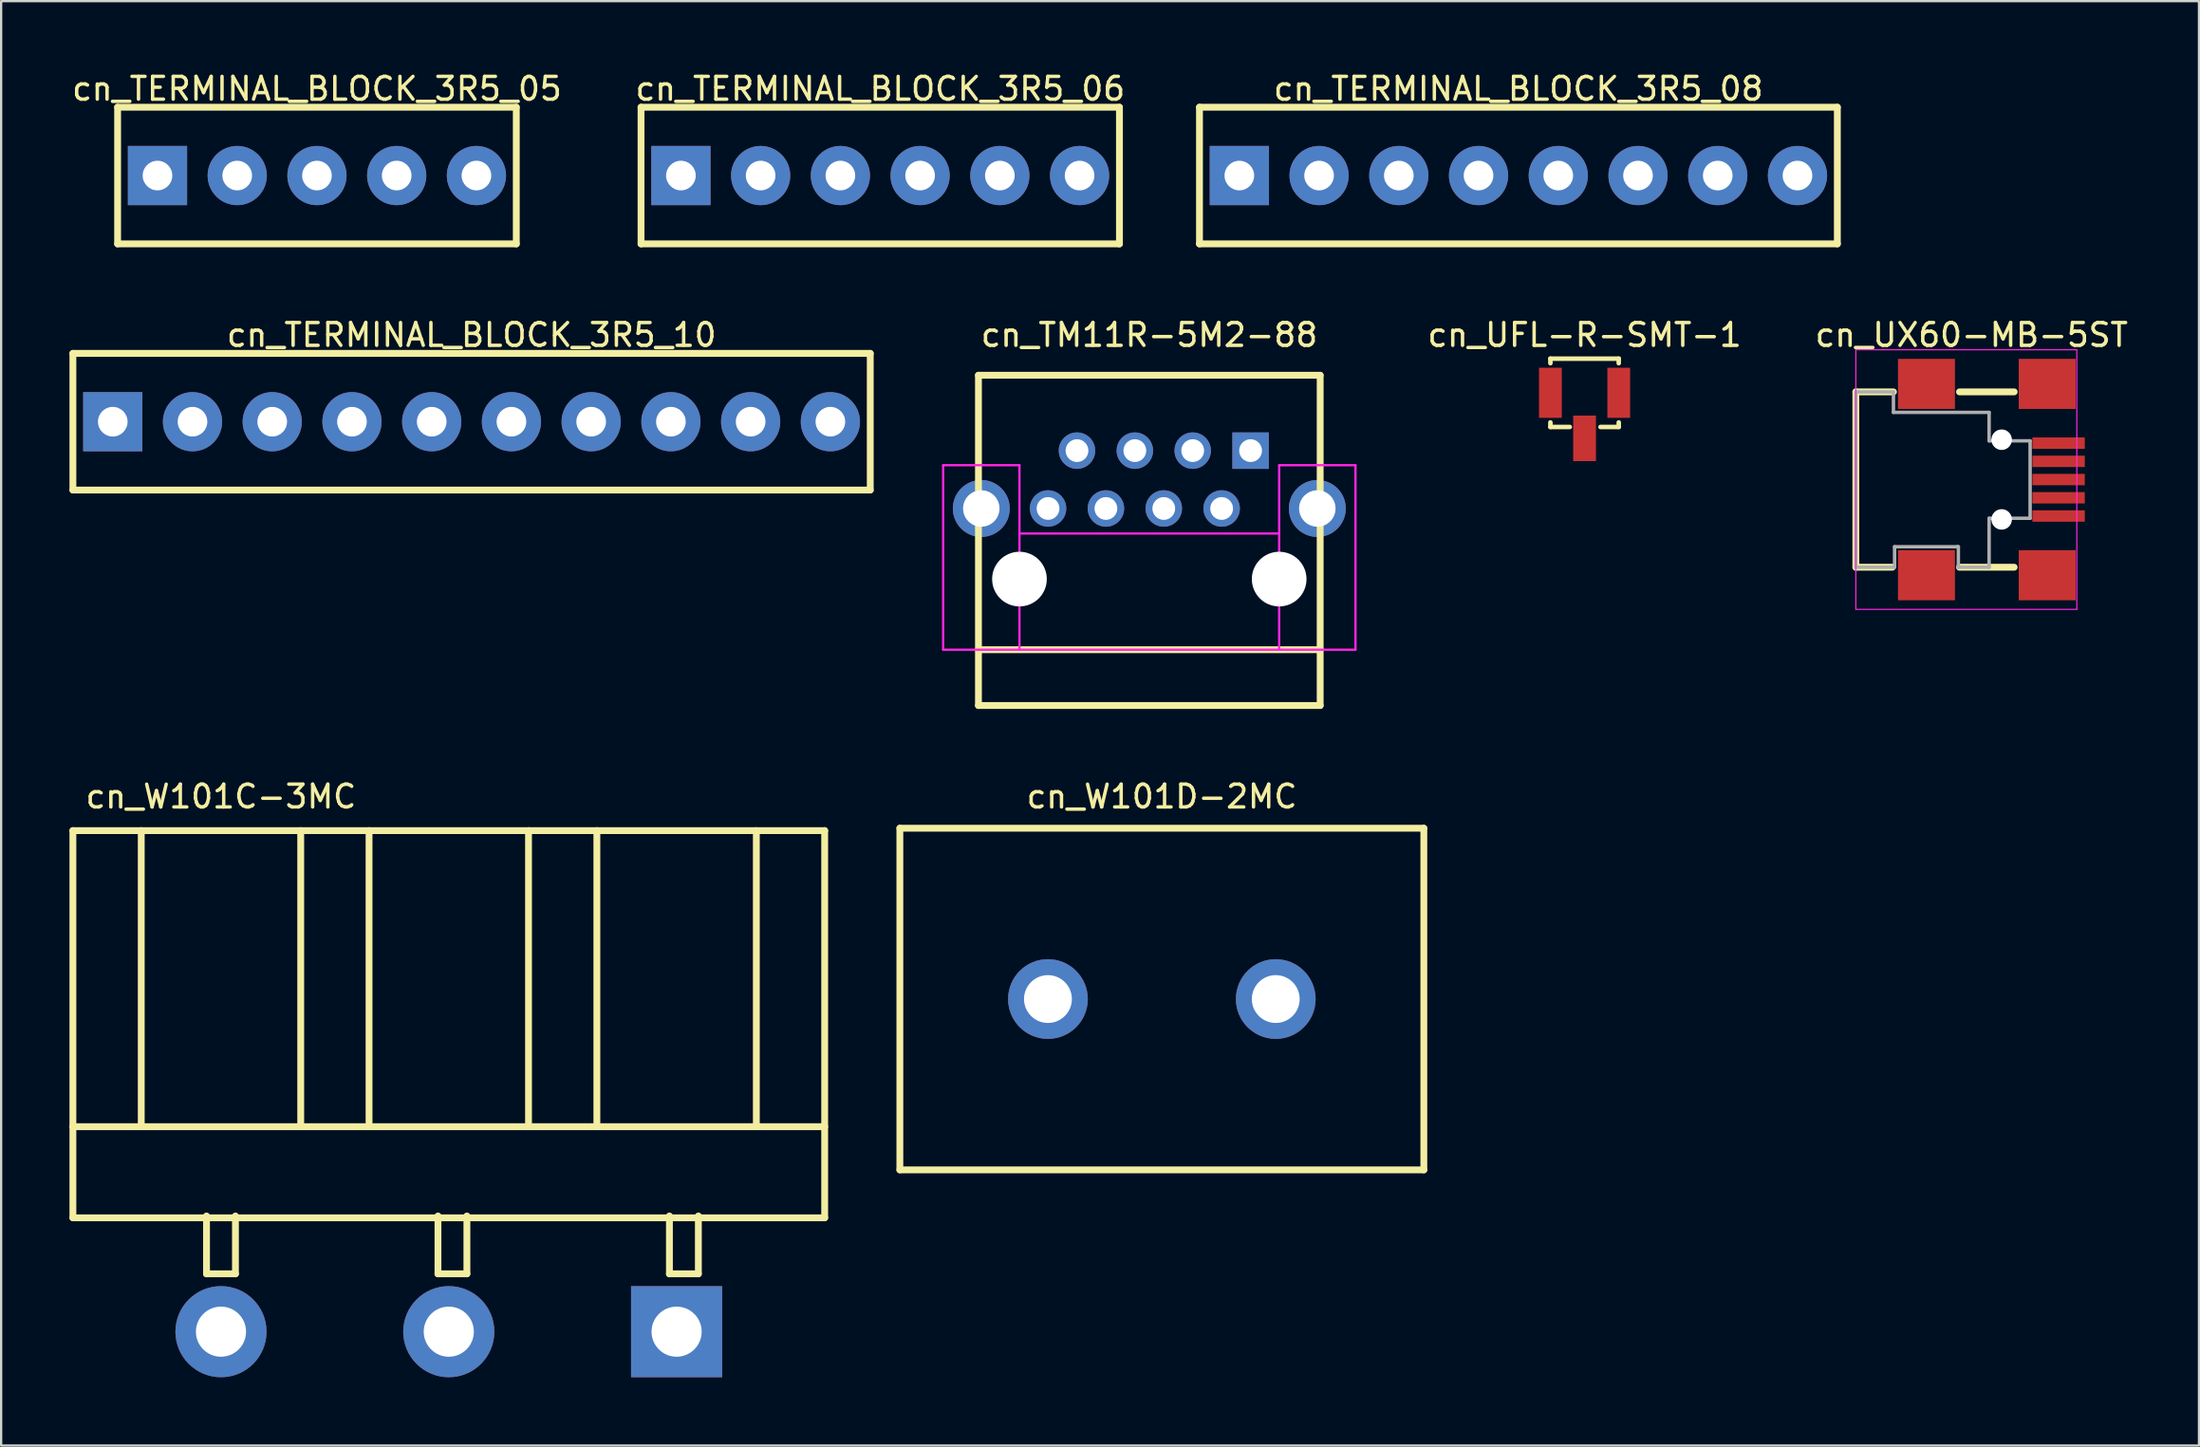
<source format=kicad_pcb>
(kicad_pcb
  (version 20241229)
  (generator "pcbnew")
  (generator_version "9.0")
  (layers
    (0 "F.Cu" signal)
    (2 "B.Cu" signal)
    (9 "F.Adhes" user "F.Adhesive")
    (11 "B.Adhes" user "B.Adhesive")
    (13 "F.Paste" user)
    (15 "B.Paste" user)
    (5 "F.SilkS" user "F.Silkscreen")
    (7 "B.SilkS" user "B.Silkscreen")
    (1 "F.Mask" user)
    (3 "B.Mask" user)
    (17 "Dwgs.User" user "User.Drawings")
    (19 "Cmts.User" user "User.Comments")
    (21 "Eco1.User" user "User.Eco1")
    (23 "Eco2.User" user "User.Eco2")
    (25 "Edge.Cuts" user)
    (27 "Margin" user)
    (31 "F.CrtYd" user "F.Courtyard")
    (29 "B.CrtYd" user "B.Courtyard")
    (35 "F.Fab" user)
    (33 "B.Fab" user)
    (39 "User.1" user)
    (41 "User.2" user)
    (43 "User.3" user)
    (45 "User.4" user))
  (footprint "cn_W101D-2MC"
    (layer "F.Cu")
    (at 47.95 40.815)
    (property "Reference" "cn_W101D-2MC" (at 0 -8.89 0) (layer "F.SilkS") (effects (font (size 1 1) (thickness 0.15))))
    (attr through_hole)
    (fp_line (start -11.5 -7.5) (end -11.5 7.5) (stroke (width 0.3) (type solid)) (layer "F.SilkS"))
    (fp_line (start -11.5 7.5) (end 11.5 7.5) (stroke (width 0.3) (type solid)) (layer "F.SilkS"))
    (fp_line (start 11.5 -7.5) (end -11.5 -7.5) (stroke (width 0.3) (type solid)) (layer "F.SilkS"))
    (fp_line (start 11.5 7.5) (end 11.5 -7.5) (stroke (width 0.3) (type solid)) (layer "F.SilkS"))
    (pad "1" thru_hole circle (at -5 0) (size 3.5 3.5) (drill 2.1) (layers "*.Cu" "*.Mask"))
    (pad "2" thru_hole circle (at 5 0) (size 3.5 3.5) (drill 2.1) (layers "*.Cu" "*.Mask")))
  (footprint "cn_TERMINAL_BLOCK_3R5_08"
    (layer "F.Cu")
    (at 63.602 4.658)
    (property "Reference" "cn_TERMINAL_BLOCK_3R5_08" (at 0 -3.81 0) (layer "F.SilkS") (effects (font (size 1 1) (thickness 0.15))))
    (attr through_hole)
    (fp_line (start -14 -3) (end -14 3) (stroke (width 0.3) (type solid)) (layer "F.SilkS"))
    (fp_line (start -14 -3) (end 14 -3) (stroke (width 0.3) (type solid)) (layer "F.SilkS"))
    (fp_line (start -14 3) (end 14 3) (stroke (width 0.3) (type solid)) (layer "F.SilkS"))
    (fp_line (start 14 -3) (end 14 3) (stroke (width 0.3) (type solid)) (layer "F.SilkS"))
    (pad "1" thru_hole rect (at -12.25 0) (size 2.6 2.6) (drill 1.3) (layers "*.Cu" "*.Mask"))
    (pad "2" thru_hole circle (at -8.75 0) (size 2.6 2.6) (drill 1.3) (layers "*.Cu" "*.Mask"))
    (pad "3" thru_hole circle (at -5.25 0) (size 2.6 2.6) (drill 1.3) (layers "*.Cu" "*.Mask"))
    (pad "4" thru_hole circle (at -1.75 0) (size 2.6 2.6) (drill 1.3) (layers "*.Cu" "*.Mask"))
    (pad "5" thru_hole circle (at 1.75 0) (size 2.6 2.6) (drill 1.3) (layers "*.Cu" "*.Mask"))
    (pad "6" thru_hole circle (at 5.25 0) (size 2.6 2.6) (drill 1.3) (layers "*.Cu" "*.Mask"))
    (pad "7" thru_hole circle (at 8.75 0) (size 2.6 2.6) (drill 1.3) (layers "*.Cu" "*.Mask"))
    (pad "8" thru_hole circle (at 12.25 0) (size 2.6 2.6) (drill 1.3) (layers "*.Cu" "*.Mask")))
  (footprint "cn_TERMINAL_BLOCK_3R5_05"
    (layer "F.Cu")
    (at 10.863 4.658)
    (property "Reference" "cn_TERMINAL_BLOCK_3R5_05" (at 0 -3.81 0) (layer "F.SilkS") (effects (font (size 1 1) (thickness 0.15))))
    (attr through_hole)
    (fp_line (start -8.75 -3) (end -8.75 3) (stroke (width 0.3) (type solid)) (layer "F.SilkS"))
    (fp_line (start -8.75 -3) (end 8.75 -3) (stroke (width 0.3) (type solid)) (layer "F.SilkS"))
    (fp_line (start -8.75 3) (end 8.75 3) (stroke (width 0.3) (type solid)) (layer "F.SilkS"))
    (fp_line (start 8.75 -3) (end 8.75 3) (stroke (width 0.3) (type solid)) (layer "F.SilkS"))
    (pad "1" thru_hole rect (at -7 0) (size 2.6 2.6) (drill 1.3) (layers "*.Cu" "*.Mask"))
    (pad "2" thru_hole circle (at -3.5 0) (size 2.6 2.6) (drill 1.3) (layers "*.Cu" "*.Mask"))
    (pad "3" thru_hole circle (at 0 0) (size 2.6 2.6) (drill 1.3) (layers "*.Cu" "*.Mask"))
    (pad "4" thru_hole circle (at 3.5 0) (size 2.6 2.6) (drill 1.3) (layers "*.Cu" "*.Mask"))
    (pad "5" thru_hole circle (at 7 0) (size 2.6 2.6) (drill 1.3) (layers "*.Cu" "*.Mask")))
  (footprint "cn_UX60-MB-5ST"
    (layer "F.Cu")
    (at 78.414 18.006)
    (property "Reference" "cn_UX60-MB-5ST" (at 5.08 -6.35 0) (layer "F.SilkS") (effects (font (size 1 1) (thickness 0.15))))
    (attr smd)
    (fp_line (start 0 -3.85) (end 0 3.85) (stroke (width 0.3) (type solid)) (layer "F.SilkS"))
    (fp_line (start 0 3.85) (end 1.6 3.85) (stroke (width 0.3) (type solid)) (layer "F.SilkS"))
    (fp_line (start 1.65 -3.85) (end 0 -3.85) (stroke (width 0.3) (type solid)) (layer "F.SilkS"))
    (fp_line (start 4.55 3.85) (end 6.95 3.85) (stroke (width 0.3) (type solid)) (layer "F.SilkS"))
    (fp_line (start 6.95 -3.85) (end 4.55 -3.85) (stroke (width 0.3) (type solid)) (layer "F.SilkS"))
    (fp_line (start 0 -5.7) (end 9.7 -5.7) (stroke (width 0.05) (type solid)) (layer "F.CrtYd"))
    (fp_line (start 0 5.7) (end 0 -5.7) (stroke (width 0.05) (type solid)) (layer "F.CrtYd"))
    (fp_line (start 9.7 -5.7) (end 9.7 5.7) (stroke (width 0.05) (type solid)) (layer "F.CrtYd"))
    (fp_line (start 9.7 5.7) (end 0 5.7) (stroke (width 0.05) (type solid)) (layer "F.CrtYd"))
    (fp_line (start 0 -3.85) (end 1.65 -3.85) (stroke (width 0.15) (type solid)) (layer "F.Fab"))
    (fp_line (start 0 -3.8) (end 0 3.85) (stroke (width 0.15) (type solid)) (layer "F.Fab"))
    (fp_line (start 0 3.85) (end 1.7 3.85) (stroke (width 0.15) (type solid)) (layer "F.Fab"))
    (fp_line (start 1.65 -3.85) (end 1.65 -2.95) (stroke (width 0.15) (type solid)) (layer "F.Fab"))
    (fp_line (start 1.65 -2.95) (end 5.85 -2.95) (stroke (width 0.15) (type solid)) (layer "F.Fab"))
    (fp_line (start 1.7 2.95) (end 4.45 2.95) (stroke (width 0.15) (type solid)) (layer "F.Fab"))
    (fp_line (start 1.7 3.85) (end 1.7 2.95) (stroke (width 0.15) (type solid)) (layer "F.Fab"))
    (fp_line (start 4.45 2.95) (end 4.5 2.95) (stroke (width 0.15) (type solid)) (layer "F.Fab"))
    (fp_line (start 4.5 2.95) (end 4.5 3.85) (stroke (width 0.15) (type solid)) (layer "F.Fab"))
    (fp_line (start 5.85 -2.95) (end 5.85 -1.7) (stroke (width 0.15) (type solid)) (layer "F.Fab"))
    (fp_line (start 5.85 -1.7) (end 7.65 -1.7) (stroke (width 0.15) (type solid)) (layer "F.Fab"))
    (fp_line (start 5.85 1.7) (end 5.85 3.85) (stroke (width 0.15) (type solid)) (layer "F.Fab"))
    (fp_line (start 5.85 3.85) (end 4.5 3.85) (stroke (width 0.15) (type solid)) (layer "F.Fab"))
    (fp_line (start 7.65 -1.7) (end 7.65 1.7) (stroke (width 0.15) (type solid)) (layer "F.Fab"))
    (fp_line (start 7.65 1.7) (end 5.85 1.7) (stroke (width 0.15) (type solid)) (layer "F.Fab"))
    (pad "" np_thru_hole circle (at 6.4 -1.75) (size 0.9 0.9) (drill 0.9) (layers "*.Cu" "*.Mask"))
    (pad "" np_thru_hole circle (at 6.4 1.75) (size 0.9 0.9) (drill 0.9) (layers "*.Cu" "*.Mask"))
    (pad "1" smd rect (at 8.9 -1.6) (size 2.3 0.5) (layers "F.Cu" "F.Mask" "F.Paste"))
    (pad "2" smd rect (at 8.9 -0.8) (size 2.3 0.5) (layers "F.Cu" "F.Mask" "F.Paste"))
    (pad "3" smd rect (at 8.9 0) (size 2.3 0.5) (layers "F.Cu" "F.Mask" "F.Paste"))
    (pad "4" smd rect (at 8.9 0.8) (size 2.3 0.5) (layers "F.Cu" "F.Mask" "F.Paste"))
    (pad "5" smd rect (at 8.9 1.6) (size 2.3 0.5) (layers "F.Cu" "F.Mask" "F.Paste"))
    (pad "6" smd rect (at 3.1 -4.2) (size 2.5 2.2) (layers "F.Cu" "F.Mask" "F.Paste"))
    (pad "6" smd rect (at 3.1 4.2) (size 2.5 2.2) (layers "F.Cu" "F.Mask" "F.Paste"))
    (pad "6" smd rect (at 8.4 -4.2) (size 2.5 2.2) (layers "F.Cu" "F.Mask" "F.Paste"))
    (pad "6" smd rect (at 8.4 4.2) (size 2.5 2.2) (layers "F.Cu" "F.Mask" "F.Paste")))
  (footprint "cn_UFL-R-SMT-1"
    (layer "F.Cu")
    (at 66.506 14.197)
    (property "Reference" "cn_UFL-R-SMT-1" (at 0 -2.54 0) (layer "F.SilkS") (effects (font (size 1 1) (thickness 0.15))))
    (attr through_hole)
    (fp_line (start -1.5 -1.5) (end -1.5 -1.3) (stroke (width 0.2) (type solid)) (layer "F.SilkS"))
    (fp_line (start -1.5 1.5) (end -1.5 1.3) (stroke (width 0.2) (type solid)) (layer "F.SilkS"))
    (fp_line (start -1.5 1.5) (end -0.65 1.5) (stroke (width 0.2) (type solid)) (layer "F.SilkS"))
    (fp_line (start 1.5 -1.5) (end -1.5 -1.5) (stroke (width 0.2) (type solid)) (layer "F.SilkS"))
    (fp_line (start 1.5 -1.5) (end 1.5 -1.3) (stroke (width 0.2) (type solid)) (layer "F.SilkS"))
    (fp_line (start 1.5 1.5) (end 0.7 1.5) (stroke (width 0.2) (type solid)) (layer "F.SilkS"))
    (fp_line (start 1.5 1.5) (end 1.5 1.3) (stroke (width 0.2) (type solid)) (layer "F.SilkS"))
    (pad "1" smd rect (at -1.5 0) (size 1 2.2) (layers "F.Cu" "F.Mask" "F.Paste"))
    (pad "2" smd rect (at 0 2) (size 1 2) (layers "F.Cu" "F.Mask" "F.Paste"))
    (pad "3" smd rect (at 1.5 0) (size 1 2.2) (layers "F.Cu" "F.Mask" "F.Paste")))
  (footprint "cn_TERMINAL_BLOCK_3R5_10"
    (layer "F.Cu")
    (at 17.65 15.466)
    (property "Reference" "cn_TERMINAL_BLOCK_3R5_10" (at 0 -3.81 0) (layer "F.SilkS") (effects (font (size 1 1) (thickness 0.15))))
    (attr through_hole)
    (fp_line (start -17.5 -3) (end -17.5 3) (stroke (width 0.3) (type solid)) (layer "F.SilkS"))
    (fp_line (start -17.5 -3) (end 17.5 -3) (stroke (width 0.3) (type solid)) (layer "F.SilkS"))
    (fp_line (start -17.5 3) (end 17.5 3) (stroke (width 0.3) (type solid)) (layer "F.SilkS"))
    (fp_line (start 17.5 -3) (end 17.5 3) (stroke (width 0.3) (type solid)) (layer "F.SilkS"))
    (pad "1" thru_hole rect (at -15.75 0) (size 2.6 2.6) (drill 1.3) (layers "*.Cu" "*.Mask"))
    (pad "2" thru_hole circle (at -12.25 0) (size 2.6 2.6) (drill 1.3) (layers "*.Cu" "*.Mask"))
    (pad "3" thru_hole circle (at -8.75 0) (size 2.6 2.6) (drill 1.3) (layers "*.Cu" "*.Mask"))
    (pad "4" thru_hole circle (at -5.25 0) (size 2.6 2.6) (drill 1.3) (layers "*.Cu" "*.Mask"))
    (pad "5" thru_hole circle (at -1.75 0) (size 2.6 2.6) (drill 1.3) (layers "*.Cu" "*.Mask"))
    (pad "6" thru_hole circle (at 1.75 0) (size 2.6 2.6) (drill 1.3) (layers "*.Cu" "*.Mask"))
    (pad "7" thru_hole circle (at 5.25 0) (size 2.6 2.6) (drill 1.3) (layers "*.Cu" "*.Mask"))
    (pad "8" thru_hole circle (at 8.75 0) (size 2.6 2.6) (drill 1.3) (layers "*.Cu" "*.Mask"))
    (pad "9" thru_hole circle (at 12.25 0) (size 2.6 2.6) (drill 1.3) (layers "*.Cu" "*.Mask"))
    (pad "10" thru_hole circle (at 15.75 0) (size 2.6 2.6) (drill 1.3) (layers "*.Cu" "*.Mask")))
  (footprint "cn_W101C-3MC"
    (layer "F.Cu")
    (at 6.65 55.42)
    (property "Reference" "cn_W101C-3MC" (at 0 -23.495 0) (layer "F.SilkS") (effects (font (size 1 1) (thickness 0.15))))
    (attr through_hole)
    (fp_line (start -6.5 -22) (end -6.5 -5) (stroke (width 0.3) (type solid)) (layer "F.SilkS"))
    (fp_line (start -6.5 -9) (end 26.5 -9) (stroke (width 0.3) (type solid)) (layer "F.SilkS"))
    (fp_line (start -6.5 -5) (end 26.5 -5) (stroke (width 0.3) (type solid)) (layer "F.SilkS"))
    (fp_line (start -3.5 -22) (end -3.5 -9) (stroke (width 0.3) (type solid)) (layer "F.SilkS"))
    (fp_line (start -0.635 -5.08) (end -0.635 -2.54) (stroke (width 0.3) (type solid)) (layer "F.SilkS"))
    (fp_line (start -0.635 -2.54) (end 0.635 -2.54) (stroke (width 0.3) (type solid)) (layer "F.SilkS"))
    (fp_line (start 0.635 -2.54) (end 0.635 -5.08) (stroke (width 0.3) (type solid)) (layer "F.SilkS"))
    (fp_line (start 3.5 -22) (end 3.5 -9) (stroke (width 0.3) (type solid)) (layer "F.SilkS"))
    (fp_line (start 6.5 -22) (end 6.5 -9) (stroke (width 0.3) (type solid)) (layer "F.SilkS"))
    (fp_line (start 9.525 -5.08) (end 9.525 -2.54) (stroke (width 0.3) (type solid)) (layer "F.SilkS"))
    (fp_line (start 9.525 -2.54) (end 10.795 -2.54) (stroke (width 0.3) (type solid)) (layer "F.SilkS"))
    (fp_line (start 10.795 -2.54) (end 10.795 -5.08) (stroke (width 0.3) (type solid)) (layer "F.SilkS"))
    (fp_line (start 13.5 -22) (end 13.5 -9) (stroke (width 0.3) (type solid)) (layer "F.SilkS"))
    (fp_line (start 16.5 -22) (end 16.5 -9) (stroke (width 0.3) (type solid)) (layer "F.SilkS"))
    (fp_line (start 19.685 -5.08) (end 19.685 -2.54) (stroke (width 0.3) (type solid)) (layer "F.SilkS"))
    (fp_line (start 19.685 -2.54) (end 20.955 -2.54) (stroke (width 0.3) (type solid)) (layer "F.SilkS"))
    (fp_line (start 20.955 -2.54) (end 20.955 -5.08) (stroke (width 0.3) (type solid)) (layer "F.SilkS"))
    (fp_line (start 23.5 -22) (end 23.5 -9) (stroke (width 0.3) (type solid)) (layer "F.SilkS"))
    (fp_line (start 26.5 -22) (end -6.5 -22) (stroke (width 0.3) (type solid)) (layer "F.SilkS"))
    (fp_line (start 26.5 -5) (end 26.5 -22) (stroke (width 0.3) (type solid)) (layer "F.SilkS"))
    (pad "1" thru_hole rect (at 20 0) (size 4 4) (drill 2.2) (layers "*.Cu" "*.Mask"))
    (pad "2" thru_hole circle (at 10 0) (size 4 4) (drill 2.2) (layers "*.Cu" "*.Mask"))
    (pad "3" thru_hole circle (at 0 0) (size 4 4) (drill 2.2) (layers "*.Cu" "*.Mask")))
  (footprint "cn_TERMINAL_BLOCK_3R5_06"
    (layer "F.Cu")
    (at 35.589 4.658)
    (property "Reference" "cn_TERMINAL_BLOCK_3R5_06" (at 0 -3.81 0) (layer "F.SilkS") (effects (font (size 1 1) (thickness 0.15))))
    (attr through_hole)
    (fp_line (start -10.5 -3) (end -10.5 3) (stroke (width 0.3) (type solid)) (layer "F.SilkS"))
    (fp_line (start -10.5 -3) (end 10.5 -3) (stroke (width 0.3) (type solid)) (layer "F.SilkS"))
    (fp_line (start -10.5 3) (end 10.5 3) (stroke (width 0.3) (type solid)) (layer "F.SilkS"))
    (fp_line (start 10.5 -3) (end 10.5 3) (stroke (width 0.3) (type solid)) (layer "F.SilkS"))
    (pad "1" thru_hole rect (at -8.75 0) (size 2.6 2.6) (drill 1.3) (layers "*.Cu" "*.Mask"))
    (pad "2" thru_hole circle (at -5.25 0) (size 2.6 2.6) (drill 1.3) (layers "*.Cu" "*.Mask"))
    (pad "3" thru_hole circle (at -1.75 0) (size 2.6 2.6) (drill 1.3) (layers "*.Cu" "*.Mask"))
    (pad "4" thru_hole circle (at 1.75 0) (size 2.6 2.6) (drill 1.3) (layers "*.Cu" "*.Mask"))
    (pad "5" thru_hole circle (at 5.25 0) (size 2.6 2.6) (drill 1.3) (layers "*.Cu" "*.Mask"))
    (pad "6" thru_hole circle (at 8.75 0) (size 2.6 2.6) (drill 1.3) (layers "*.Cu" "*.Mask")))
  (footprint "cn_TM11R-5M2-88"
    (layer "F.Cu")
    (at 47.4 19.276)
    (property "Reference" "cn_TM11R-5M2-88" (at 0 -7.62 0) (layer "F.SilkS") (effects (font (size 1 1) (thickness 0.15))))
    (attr through_hole)
    (fp_line (start -7.5 -5.85) (end -7.5 8.65) (stroke (width 0.3) (type solid)) (layer "F.SilkS"))
    (fp_line (start -7.5 -5.85) (end 7.5 -5.85) (stroke (width 0.3) (type solid)) (layer "F.SilkS"))
    (fp_line (start -7.5 6.2) (end 7.5 6.2) (stroke (width 0.3) (type solid)) (layer "F.SilkS"))
    (fp_line (start -7.5 8.65) (end 7.5 8.65) (stroke (width 0.3) (type solid)) (layer "F.SilkS"))
    (fp_line (start 7.5 8.65) (end 7.5 -5.85) (stroke (width 0.3) (type solid)) (layer "F.SilkS"))
    (fp_line (start -9.05 -1.9) (end -9.05 6.2) (stroke (width 0.1) (type solid)) (layer "F.CrtYd"))
    (fp_line (start -9.05 6.2) (end -5.7 6.2) (stroke (width 0.1) (type solid)) (layer "F.CrtYd"))
    (fp_line (start -5.7 -1.9) (end -9.05 -1.9) (stroke (width 0.1) (type solid)) (layer "F.CrtYd"))
    (fp_line (start -5.7 6.2) (end -5.7 -1.9) (stroke (width 0.1) (type solid)) (layer "F.CrtYd"))
    (fp_line (start -5.7 6.2) (end 5.7 6.2) (stroke (width 0.1) (type solid)) (layer "F.CrtYd"))
    (fp_line (start 5.7 -1.9) (end 5.7 6.2) (stroke (width 0.1) (type solid)) (layer "F.CrtYd"))
    (fp_line (start 5.7 1.1) (end -5.7 1.1) (stroke (width 0.1) (type solid)) (layer "F.CrtYd"))
    (fp_line (start 5.7 6.2) (end 9.05 6.2) (stroke (width 0.1) (type solid)) (layer "F.CrtYd"))
    (fp_line (start 9.05 -1.9) (end 5.7 -1.9) (stroke (width 0.1) (type solid)) (layer "F.CrtYd"))
    (fp_line (start 9.05 6.2) (end 9.05 -1.9) (stroke (width 0.1) (type solid)) (layer "F.CrtYd"))
    (pad "" np_thru_hole circle (at -5.7 3.1) (size 2.4 2.4) (drill 2.4) (layers "*.Cu" "*.Mask"))
    (pad "" np_thru_hole circle (at 5.7 3.1) (size 2.4 2.4) (drill 2.4) (layers "*.Cu" "*.Mask"))
    (pad "1" thru_hole rect (at 4.445 -2.54) (size 1.6 1.6) (drill 1) (layers "*.Cu" "*.Mask"))
    (pad "2" thru_hole circle (at 3.175 0) (size 1.6 1.6) (drill 1) (layers "*.Cu" "*.Mask"))
    (pad "3" thru_hole circle (at 1.905 -2.54) (size 1.6 1.6) (drill 1) (layers "*.Cu" "*.Mask"))
    (pad "4" thru_hole circle (at 0.635 0) (size 1.6 1.6) (drill 1) (layers "*.Cu" "*.Mask"))
    (pad "5" thru_hole circle (at -0.635 -2.54) (size 1.6 1.6) (drill 1) (layers "*.Cu" "*.Mask"))
    (pad "6" thru_hole circle (at -1.905 0) (size 1.6 1.6) (drill 1) (layers "*.Cu" "*.Mask"))
    (pad "7" thru_hole circle (at -3.175 -2.54) (size 1.6 1.6) (drill 1) (layers "*.Cu" "*.Mask"))
    (pad "8" thru_hole circle (at -4.445 0) (size 1.6 1.6) (drill 1) (layers "*.Cu" "*.Mask"))
    (pad "9" thru_hole circle (at 7.375 0) (size 2.5 2.5) (drill 1.6) (layers "*.Cu" "*.Mask"))
    (pad "10" thru_hole circle (at -7.375 0) (size 2.5 2.5) (drill 1.6) (layers "*.Cu" "*.Mask")))
  (gr_rect
    (start -3 -3)
    (end 93.476 60.42)
    (stroke (width 0.1) (type default))
    (fill no)
    (layer "Edge.Cuts")))
</source>
